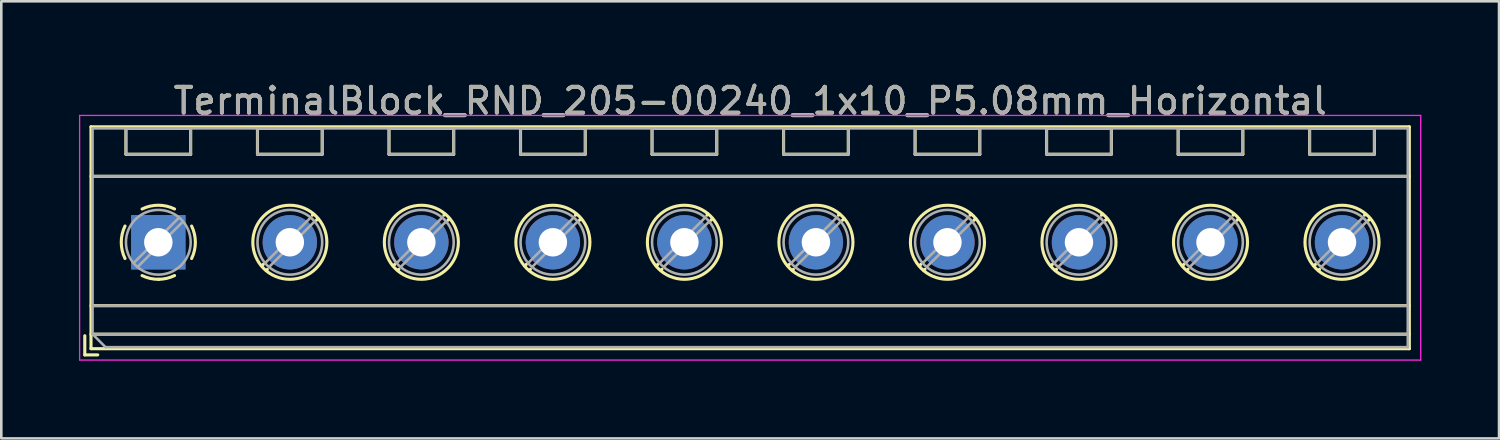
<source format=kicad_pcb>
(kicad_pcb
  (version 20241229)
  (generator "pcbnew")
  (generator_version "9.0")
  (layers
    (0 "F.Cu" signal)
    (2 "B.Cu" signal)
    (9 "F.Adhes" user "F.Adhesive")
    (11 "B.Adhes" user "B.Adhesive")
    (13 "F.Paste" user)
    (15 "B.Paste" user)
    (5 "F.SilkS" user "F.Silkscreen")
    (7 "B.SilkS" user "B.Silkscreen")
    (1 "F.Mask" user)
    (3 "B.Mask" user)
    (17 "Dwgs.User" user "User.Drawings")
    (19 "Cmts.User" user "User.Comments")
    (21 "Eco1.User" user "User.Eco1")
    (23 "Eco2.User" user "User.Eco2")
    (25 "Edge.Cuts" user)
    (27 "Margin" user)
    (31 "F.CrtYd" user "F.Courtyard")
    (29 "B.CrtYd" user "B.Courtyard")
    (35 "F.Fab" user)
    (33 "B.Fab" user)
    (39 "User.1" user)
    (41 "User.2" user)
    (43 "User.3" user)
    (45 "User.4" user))
  (footprint "TerminalBlock_RND_205-00240_1x10_P5.08mm_Horizontal"
    (layer "F.Cu")
    (at 3.065 6.308)
    (property "Reference" "TerminalBlock_RND_205-00240_1x10_P5.08mm_Horizontal" (at 22.86 -5.46 0) (layer "F.SilkS") (effects (font (size 1 1) (thickness 0.15))))
    (attr through_hole)
    (fp_line (start -2.84 3.61) (end -2.84 4.35) (stroke (width 0.12) (type solid)) (layer "F.SilkS"))
    (fp_line (start -2.84 4.35) (end -2.34 4.35) (stroke (width 0.12) (type solid)) (layer "F.SilkS"))
    (fp_line (start -2.6 -4.46) (end -2.6 4.11) (stroke (width 0.12) (type solid)) (layer "F.SilkS"))
    (fp_line (start -2.6 -4.46) (end 48.32 -4.46) (stroke (width 0.12) (type solid)) (layer "F.SilkS"))
    (fp_line (start -2.6 -2.55) (end 48.32 -2.55) (stroke (width 0.12) (type solid)) (layer "F.SilkS"))
    (fp_line (start -2.6 2.45) (end 48.32 2.45) (stroke (width 0.12) (type solid)) (layer "F.SilkS"))
    (fp_line (start -2.6 3.55) (end 48.32 3.55) (stroke (width 0.12) (type solid)) (layer "F.SilkS"))
    (fp_line (start -2.6 4.11) (end 48.32 4.11) (stroke (width 0.12) (type solid)) (layer "F.SilkS"))
    (fp_line (start -1.25 -4.4) (end -1.25 -3.4) (stroke (width 0.12) (type solid)) (layer "F.SilkS"))
    (fp_line (start -1.25 -4.4) (end 1.25 -4.4) (stroke (width 0.12) (type solid)) (layer "F.SilkS"))
    (fp_line (start -1.25 -3.4) (end 1.25 -3.4) (stroke (width 0.12) (type solid)) (layer "F.SilkS"))
    (fp_line (start 1.25 -4.4) (end 1.25 -3.4) (stroke (width 0.12) (type solid)) (layer "F.SilkS"))
    (fp_line (start 3.83 -4.4) (end 3.83 -3.4) (stroke (width 0.12) (type solid)) (layer "F.SilkS"))
    (fp_line (start 3.83 -4.4) (end 6.33 -4.4) (stroke (width 0.12) (type solid)) (layer "F.SilkS"))
    (fp_line (start 3.83 -3.4) (end 6.33 -3.4) (stroke (width 0.12) (type solid)) (layer "F.SilkS"))
    (fp_line (start 4.056 0.85) (end 3.996 0.91) (stroke (width 0.12) (type solid)) (layer "F.SilkS"))
    (fp_line (start 4.21 1.045) (end 4.17 1.085) (stroke (width 0.12) (type solid)) (layer "F.SilkS"))
    (fp_line (start 5.991 -1.085) (end 5.951 -1.045) (stroke (width 0.12) (type solid)) (layer "F.SilkS"))
    (fp_line (start 6.165 -0.91) (end 6.105 -0.851) (stroke (width 0.12) (type solid)) (layer "F.SilkS"))
    (fp_line (start 6.33 -4.4) (end 6.33 -3.4) (stroke (width 0.12) (type solid)) (layer "F.SilkS"))
    (fp_line (start 8.91 -4.4) (end 8.91 -3.4) (stroke (width 0.12) (type solid)) (layer "F.SilkS"))
    (fp_line (start 8.91 -4.4) (end 11.41 -4.4) (stroke (width 0.12) (type solid)) (layer "F.SilkS"))
    (fp_line (start 8.91 -3.4) (end 11.41 -3.4) (stroke (width 0.12) (type solid)) (layer "F.SilkS"))
    (fp_line (start 9.136 0.85) (end 9.076 0.91) (stroke (width 0.12) (type solid)) (layer "F.SilkS"))
    (fp_line (start 9.29 1.045) (end 9.25 1.085) (stroke (width 0.12) (type solid)) (layer "F.SilkS"))
    (fp_line (start 11.071 -1.085) (end 11.031 -1.045) (stroke (width 0.12) (type solid)) (layer "F.SilkS"))
    (fp_line (start 11.245 -0.91) (end 11.185 -0.851) (stroke (width 0.12) (type solid)) (layer "F.SilkS"))
    (fp_line (start 11.41 -4.4) (end 11.41 -3.4) (stroke (width 0.12) (type solid)) (layer "F.SilkS"))
    (fp_line (start 13.99 -4.4) (end 13.99 -3.4) (stroke (width 0.12) (type solid)) (layer "F.SilkS"))
    (fp_line (start 13.99 -4.4) (end 16.49 -4.4) (stroke (width 0.12) (type solid)) (layer "F.SilkS"))
    (fp_line (start 13.99 -3.4) (end 16.49 -3.4) (stroke (width 0.12) (type solid)) (layer "F.SilkS"))
    (fp_line (start 14.216 0.85) (end 14.156 0.91) (stroke (width 0.12) (type solid)) (layer "F.SilkS"))
    (fp_line (start 14.37 1.045) (end 14.33 1.085) (stroke (width 0.12) (type solid)) (layer "F.SilkS"))
    (fp_line (start 16.151 -1.085) (end 16.111 -1.045) (stroke (width 0.12) (type solid)) (layer "F.SilkS"))
    (fp_line (start 16.325 -0.91) (end 16.265 -0.851) (stroke (width 0.12) (type solid)) (layer "F.SilkS"))
    (fp_line (start 16.49 -4.4) (end 16.49 -3.4) (stroke (width 0.12) (type solid)) (layer "F.SilkS"))
    (fp_line (start 19.07 -4.4) (end 19.07 -3.4) (stroke (width 0.12) (type solid)) (layer "F.SilkS"))
    (fp_line (start 19.07 -4.4) (end 21.57 -4.4) (stroke (width 0.12) (type solid)) (layer "F.SilkS"))
    (fp_line (start 19.07 -3.4) (end 21.57 -3.4) (stroke (width 0.12) (type solid)) (layer "F.SilkS"))
    (fp_line (start 19.296 0.85) (end 19.236 0.91) (stroke (width 0.12) (type solid)) (layer "F.SilkS"))
    (fp_line (start 19.45 1.045) (end 19.41 1.085) (stroke (width 0.12) (type solid)) (layer "F.SilkS"))
    (fp_line (start 21.231 -1.085) (end 21.191 -1.045) (stroke (width 0.12) (type solid)) (layer "F.SilkS"))
    (fp_line (start 21.405 -0.91) (end 21.345 -0.851) (stroke (width 0.12) (type solid)) (layer "F.SilkS"))
    (fp_line (start 21.57 -4.4) (end 21.57 -3.4) (stroke (width 0.12) (type solid)) (layer "F.SilkS"))
    (fp_line (start 24.15 -4.4) (end 24.15 -3.4) (stroke (width 0.12) (type solid)) (layer "F.SilkS"))
    (fp_line (start 24.15 -4.4) (end 26.65 -4.4) (stroke (width 0.12) (type solid)) (layer "F.SilkS"))
    (fp_line (start 24.15 -3.4) (end 26.65 -3.4) (stroke (width 0.12) (type solid)) (layer "F.SilkS"))
    (fp_line (start 24.376 0.85) (end 24.316 0.91) (stroke (width 0.12) (type solid)) (layer "F.SilkS"))
    (fp_line (start 24.53 1.045) (end 24.49 1.085) (stroke (width 0.12) (type solid)) (layer "F.SilkS"))
    (fp_line (start 26.311 -1.085) (end 26.271 -1.045) (stroke (width 0.12) (type solid)) (layer "F.SilkS"))
    (fp_line (start 26.485 -0.91) (end 26.425 -0.851) (stroke (width 0.12) (type solid)) (layer "F.SilkS"))
    (fp_line (start 26.65 -4.4) (end 26.65 -3.4) (stroke (width 0.12) (type solid)) (layer "F.SilkS"))
    (fp_line (start 29.23 -4.4) (end 29.23 -3.4) (stroke (width 0.12) (type solid)) (layer "F.SilkS"))
    (fp_line (start 29.23 -4.4) (end 31.73 -4.4) (stroke (width 0.12) (type solid)) (layer "F.SilkS"))
    (fp_line (start 29.23 -3.4) (end 31.73 -3.4) (stroke (width 0.12) (type solid)) (layer "F.SilkS"))
    (fp_line (start 29.456 0.85) (end 29.396 0.91) (stroke (width 0.12) (type solid)) (layer "F.SilkS"))
    (fp_line (start 29.61 1.045) (end 29.57 1.085) (stroke (width 0.12) (type solid)) (layer "F.SilkS"))
    (fp_line (start 31.391 -1.085) (end 31.351 -1.045) (stroke (width 0.12) (type solid)) (layer "F.SilkS"))
    (fp_line (start 31.565 -0.91) (end 31.505 -0.851) (stroke (width 0.12) (type solid)) (layer "F.SilkS"))
    (fp_line (start 31.73 -4.4) (end 31.73 -3.4) (stroke (width 0.12) (type solid)) (layer "F.SilkS"))
    (fp_line (start 34.31 -4.4) (end 34.31 -3.4) (stroke (width 0.12) (type solid)) (layer "F.SilkS"))
    (fp_line (start 34.31 -4.4) (end 36.81 -4.4) (stroke (width 0.12) (type solid)) (layer "F.SilkS"))
    (fp_line (start 34.31 -3.4) (end 36.81 -3.4) (stroke (width 0.12) (type solid)) (layer "F.SilkS"))
    (fp_line (start 34.536 0.85) (end 34.476 0.91) (stroke (width 0.12) (type solid)) (layer "F.SilkS"))
    (fp_line (start 34.69 1.045) (end 34.65 1.085) (stroke (width 0.12) (type solid)) (layer "F.SilkS"))
    (fp_line (start 36.471 -1.085) (end 36.431 -1.045) (stroke (width 0.12) (type solid)) (layer "F.SilkS"))
    (fp_line (start 36.645 -0.91) (end 36.585 -0.851) (stroke (width 0.12) (type solid)) (layer "F.SilkS"))
    (fp_line (start 36.81 -4.4) (end 36.81 -3.4) (stroke (width 0.12) (type solid)) (layer "F.SilkS"))
    (fp_line (start 39.39 -4.4) (end 39.39 -3.4) (stroke (width 0.12) (type solid)) (layer "F.SilkS"))
    (fp_line (start 39.39 -4.4) (end 41.89 -4.4) (stroke (width 0.12) (type solid)) (layer "F.SilkS"))
    (fp_line (start 39.39 -3.4) (end 41.89 -3.4) (stroke (width 0.12) (type solid)) (layer "F.SilkS"))
    (fp_line (start 39.616 0.85) (end 39.556 0.91) (stroke (width 0.12) (type solid)) (layer "F.SilkS"))
    (fp_line (start 39.77 1.045) (end 39.73 1.085) (stroke (width 0.12) (type solid)) (layer "F.SilkS"))
    (fp_line (start 41.551 -1.085) (end 41.511 -1.045) (stroke (width 0.12) (type solid)) (layer "F.SilkS"))
    (fp_line (start 41.725 -0.91) (end 41.665 -0.851) (stroke (width 0.12) (type solid)) (layer "F.SilkS"))
    (fp_line (start 41.89 -4.4) (end 41.89 -3.4) (stroke (width 0.12) (type solid)) (layer "F.SilkS"))
    (fp_line (start 44.47 -4.4) (end 44.47 -3.4) (stroke (width 0.12) (type solid)) (layer "F.SilkS"))
    (fp_line (start 44.47 -4.4) (end 46.97 -4.4) (stroke (width 0.12) (type solid)) (layer "F.SilkS"))
    (fp_line (start 44.47 -3.4) (end 46.97 -3.4) (stroke (width 0.12) (type solid)) (layer "F.SilkS"))
    (fp_line (start 44.696 0.85) (end 44.636 0.91) (stroke (width 0.12) (type solid)) (layer "F.SilkS"))
    (fp_line (start 44.85 1.045) (end 44.81 1.085) (stroke (width 0.12) (type solid)) (layer "F.SilkS"))
    (fp_line (start 46.631 -1.085) (end 46.591 -1.045) (stroke (width 0.12) (type solid)) (layer "F.SilkS"))
    (fp_line (start 46.805 -0.91) (end 46.745 -0.851) (stroke (width 0.12) (type solid)) (layer "F.SilkS"))
    (fp_line (start 46.97 -4.4) (end 46.97 -3.4) (stroke (width 0.12) (type solid)) (layer "F.SilkS"))
    (fp_line (start 48.32 -4.46) (end 48.32 4.11) (stroke (width 0.12) (type solid)) (layer "F.SilkS"))
    (fp_arc (start -1.286611 0.626746) (mid -1.431146 -0.000697) (end -1.286 -0.628) (stroke (width 0.12) (type solid)) (layer "F.SilkS"))
    (fp_arc (start -0.627362 -1.285823) (mid -0.000201 -1.430707) (end 0.627 -1.286) (stroke (width 0.12) (type solid)) (layer "F.SilkS"))
    (fp_arc (start 0.02428 1.43094) (mid -0.310437 1.397071) (end -0.628 1.286) (stroke (width 0.12) (type solid)) (layer "F.SilkS"))
    (fp_arc (start 0.626871 1.285275) (mid 0.32168 1.393349) (end 0 1.43) (stroke (width 0.12) (type solid)) (layer "F.SilkS"))
    (fp_arc (start 1.285823 -0.627362) (mid 1.430707 -0.000201) (end 1.286 0.627) (stroke (width 0.12) (type solid)) (layer "F.SilkS"))
    (fp_circle (center 5.08 0) (end 6.51 0) (stroke (width 0.12) (type solid)) (fill no) (layer "F.SilkS"))
    (fp_circle (center 10.16 0) (end 11.59 0) (stroke (width 0.12) (type solid)) (fill no) (layer "F.SilkS"))
    (fp_circle (center 15.24 0) (end 16.67 0) (stroke (width 0.12) (type solid)) (fill no) (layer "F.SilkS"))
    (fp_circle (center 20.32 0) (end 21.75 0) (stroke (width 0.12) (type solid)) (fill no) (layer "F.SilkS"))
    (fp_circle (center 25.4 0) (end 26.83 0) (stroke (width 0.12) (type solid)) (fill no) (layer "F.SilkS"))
    (fp_circle (center 30.48 0) (end 31.91 0) (stroke (width 0.12) (type solid)) (fill no) (layer "F.SilkS"))
    (fp_circle (center 35.56 0) (end 36.99 0) (stroke (width 0.12) (type solid)) (fill no) (layer "F.SilkS"))
    (fp_circle (center 40.64 0) (end 42.07 0) (stroke (width 0.12) (type solid)) (fill no) (layer "F.SilkS"))
    (fp_circle (center 45.72 0) (end 47.15 0) (stroke (width 0.12) (type solid)) (fill no) (layer "F.SilkS"))
    (fp_line (start -3.04 -4.9) (end -3.04 4.55) (stroke (width 0.05) (type solid)) (layer "F.CrtYd"))
    (fp_line (start -3.04 4.55) (end 48.76 4.55) (stroke (width 0.05) (type solid)) (layer "F.CrtYd"))
    (fp_line (start 48.76 -4.9) (end -3.04 -4.9) (stroke (width 0.05) (type solid)) (layer "F.CrtYd"))
    (fp_line (start 48.76 4.55) (end 48.76 -4.9) (stroke (width 0.05) (type solid)) (layer "F.CrtYd"))
    (fp_line (start -2.54 -4.4) (end 48.26 -4.4) (stroke (width 0.1) (type solid)) (layer "F.Fab"))
    (fp_line (start -2.54 -2.55) (end 48.26 -2.55) (stroke (width 0.1) (type solid)) (layer "F.Fab"))
    (fp_line (start -2.54 2.45) (end 48.26 2.45) (stroke (width 0.1) (type solid)) (layer "F.Fab"))
    (fp_line (start -2.54 3.55) (end -2.54 -4.4) (stroke (width 0.1) (type solid)) (layer "F.Fab"))
    (fp_line (start -2.54 3.55) (end 48.26 3.55) (stroke (width 0.1) (type solid)) (layer "F.Fab"))
    (fp_line (start -2.04 4.05) (end -2.54 3.55) (stroke (width 0.1) (type solid)) (layer "F.Fab"))
    (fp_line (start -1.25 -4.4) (end -1.25 -3.4) (stroke (width 0.1) (type solid)) (layer "F.Fab"))
    (fp_line (start -1.25 -3.4) (end 1.25 -3.4) (stroke (width 0.1) (type solid)) (layer "F.Fab"))
    (fp_line (start 0.796 -0.948) (end -0.949 0.796) (stroke (width 0.1) (type solid)) (layer "F.Fab"))
    (fp_line (start 0.949 -0.796) (end -0.796 0.948) (stroke (width 0.1) (type solid)) (layer "F.Fab"))
    (fp_line (start 1.25 -4.4) (end -1.25 -4.4) (stroke (width 0.1) (type solid)) (layer "F.Fab"))
    (fp_line (start 1.25 -3.4) (end 1.25 -4.4) (stroke (width 0.1) (type solid)) (layer "F.Fab"))
    (fp_line (start 3.83 -4.4) (end 3.83 -3.4) (stroke (width 0.1) (type solid)) (layer "F.Fab"))
    (fp_line (start 3.83 -3.4) (end 6.33 -3.4) (stroke (width 0.1) (type solid)) (layer "F.Fab"))
    (fp_line (start 5.876 -0.948) (end 4.132 0.796) (stroke (width 0.1) (type solid)) (layer "F.Fab"))
    (fp_line (start 6.029 -0.796) (end 4.285 0.948) (stroke (width 0.1) (type solid)) (layer "F.Fab"))
    (fp_line (start 6.33 -4.4) (end 3.83 -4.4) (stroke (width 0.1) (type solid)) (layer "F.Fab"))
    (fp_line (start 6.33 -3.4) (end 6.33 -4.4) (stroke (width 0.1) (type solid)) (layer "F.Fab"))
    (fp_line (start 8.91 -4.4) (end 8.91 -3.4) (stroke (width 0.1) (type solid)) (layer "F.Fab"))
    (fp_line (start 8.91 -3.4) (end 11.41 -3.4) (stroke (width 0.1) (type solid)) (layer "F.Fab"))
    (fp_line (start 10.956 -0.948) (end 9.212 0.796) (stroke (width 0.1) (type solid)) (layer "F.Fab"))
    (fp_line (start 11.109 -0.796) (end 9.365 0.948) (stroke (width 0.1) (type solid)) (layer "F.Fab"))
    (fp_line (start 11.41 -4.4) (end 8.91 -4.4) (stroke (width 0.1) (type solid)) (layer "F.Fab"))
    (fp_line (start 11.41 -3.4) (end 11.41 -4.4) (stroke (width 0.1) (type solid)) (layer "F.Fab"))
    (fp_line (start 13.99 -4.4) (end 13.99 -3.4) (stroke (width 0.1) (type solid)) (layer "F.Fab"))
    (fp_line (start 13.99 -3.4) (end 16.49 -3.4) (stroke (width 0.1) (type solid)) (layer "F.Fab"))
    (fp_line (start 16.036 -0.948) (end 14.292 0.796) (stroke (width 0.1) (type solid)) (layer "F.Fab"))
    (fp_line (start 16.189 -0.796) (end 14.445 0.948) (stroke (width 0.1) (type solid)) (layer "F.Fab"))
    (fp_line (start 16.49 -4.4) (end 13.99 -4.4) (stroke (width 0.1) (type solid)) (layer "F.Fab"))
    (fp_line (start 16.49 -3.4) (end 16.49 -4.4) (stroke (width 0.1) (type solid)) (layer "F.Fab"))
    (fp_line (start 19.07 -4.4) (end 19.07 -3.4) (stroke (width 0.1) (type solid)) (layer "F.Fab"))
    (fp_line (start 19.07 -3.4) (end 21.57 -3.4) (stroke (width 0.1) (type solid)) (layer "F.Fab"))
    (fp_line (start 21.116 -0.948) (end 19.372 0.796) (stroke (width 0.1) (type solid)) (layer "F.Fab"))
    (fp_line (start 21.269 -0.796) (end 19.525 0.948) (stroke (width 0.1) (type solid)) (layer "F.Fab"))
    (fp_line (start 21.57 -4.4) (end 19.07 -4.4) (stroke (width 0.1) (type solid)) (layer "F.Fab"))
    (fp_line (start 21.57 -3.4) (end 21.57 -4.4) (stroke (width 0.1) (type solid)) (layer "F.Fab"))
    (fp_line (start 24.15 -4.4) (end 24.15 -3.4) (stroke (width 0.1) (type solid)) (layer "F.Fab"))
    (fp_line (start 24.15 -3.4) (end 26.65 -3.4) (stroke (width 0.1) (type solid)) (layer "F.Fab"))
    (fp_line (start 26.196 -0.948) (end 24.452 0.796) (stroke (width 0.1) (type solid)) (layer "F.Fab"))
    (fp_line (start 26.349 -0.796) (end 24.605 0.948) (stroke (width 0.1) (type solid)) (layer "F.Fab"))
    (fp_line (start 26.65 -4.4) (end 24.15 -4.4) (stroke (width 0.1) (type solid)) (layer "F.Fab"))
    (fp_line (start 26.65 -3.4) (end 26.65 -4.4) (stroke (width 0.1) (type solid)) (layer "F.Fab"))
    (fp_line (start 29.23 -4.4) (end 29.23 -3.4) (stroke (width 0.1) (type solid)) (layer "F.Fab"))
    (fp_line (start 29.23 -3.4) (end 31.73 -3.4) (stroke (width 0.1) (type solid)) (layer "F.Fab"))
    (fp_line (start 31.276 -0.948) (end 29.532 0.796) (stroke (width 0.1) (type solid)) (layer "F.Fab"))
    (fp_line (start 31.429 -0.796) (end 29.685 0.948) (stroke (width 0.1) (type solid)) (layer "F.Fab"))
    (fp_line (start 31.73 -4.4) (end 29.23 -4.4) (stroke (width 0.1) (type solid)) (layer "F.Fab"))
    (fp_line (start 31.73 -3.4) (end 31.73 -4.4) (stroke (width 0.1) (type solid)) (layer "F.Fab"))
    (fp_line (start 34.31 -4.4) (end 34.31 -3.4) (stroke (width 0.1) (type solid)) (layer "F.Fab"))
    (fp_line (start 34.31 -3.4) (end 36.81 -3.4) (stroke (width 0.1) (type solid)) (layer "F.Fab"))
    (fp_line (start 36.356 -0.948) (end 34.612 0.796) (stroke (width 0.1) (type solid)) (layer "F.Fab"))
    (fp_line (start 36.509 -0.796) (end 34.765 0.948) (stroke (width 0.1) (type solid)) (layer "F.Fab"))
    (fp_line (start 36.81 -4.4) (end 34.31 -4.4) (stroke (width 0.1) (type solid)) (layer "F.Fab"))
    (fp_line (start 36.81 -3.4) (end 36.81 -4.4) (stroke (width 0.1) (type solid)) (layer "F.Fab"))
    (fp_line (start 39.39 -4.4) (end 39.39 -3.4) (stroke (width 0.1) (type solid)) (layer "F.Fab"))
    (fp_line (start 39.39 -3.4) (end 41.89 -3.4) (stroke (width 0.1) (type solid)) (layer "F.Fab"))
    (fp_line (start 41.436 -0.948) (end 39.692 0.796) (stroke (width 0.1) (type solid)) (layer "F.Fab"))
    (fp_line (start 41.589 -0.796) (end 39.845 0.948) (stroke (width 0.1) (type solid)) (layer "F.Fab"))
    (fp_line (start 41.89 -4.4) (end 39.39 -4.4) (stroke (width 0.1) (type solid)) (layer "F.Fab"))
    (fp_line (start 41.89 -3.4) (end 41.89 -4.4) (stroke (width 0.1) (type solid)) (layer "F.Fab"))
    (fp_line (start 44.47 -4.4) (end 44.47 -3.4) (stroke (width 0.1) (type solid)) (layer "F.Fab"))
    (fp_line (start 44.47 -3.4) (end 46.97 -3.4) (stroke (width 0.1) (type solid)) (layer "F.Fab"))
    (fp_line (start 46.516 -0.948) (end 44.772 0.796) (stroke (width 0.1) (type solid)) (layer "F.Fab"))
    (fp_line (start 46.669 -0.796) (end 44.925 0.948) (stroke (width 0.1) (type solid)) (layer "F.Fab"))
    (fp_line (start 46.97 -4.4) (end 44.47 -4.4) (stroke (width 0.1) (type solid)) (layer "F.Fab"))
    (fp_line (start 46.97 -3.4) (end 46.97 -4.4) (stroke (width 0.1) (type solid)) (layer "F.Fab"))
    (fp_line (start 48.26 -4.4) (end 48.26 4.05) (stroke (width 0.1) (type solid)) (layer "F.Fab"))
    (fp_line (start 48.26 4.05) (end -2.04 4.05) (stroke (width 0.1) (type solid)) (layer "F.Fab"))
    (fp_circle (center 0 0) (end 1.25 0) (stroke (width 0.1) (type solid)) (fill no) (layer "F.Fab"))
    (fp_circle (center 5.08 0) (end 6.33 0) (stroke (width 0.1) (type solid)) (fill no) (layer "F.Fab"))
    (fp_circle (center 10.16 0) (end 11.41 0) (stroke (width 0.1) (type solid)) (fill no) (layer "F.Fab"))
    (fp_circle (center 15.24 0) (end 16.49 0) (stroke (width 0.1) (type solid)) (fill no) (layer "F.Fab"))
    (fp_circle (center 20.32 0) (end 21.57 0) (stroke (width 0.1) (type solid)) (fill no) (layer "F.Fab"))
    (fp_circle (center 25.4 0) (end 26.65 0) (stroke (width 0.1) (type solid)) (fill no) (layer "F.Fab"))
    (fp_circle (center 30.48 0) (end 31.73 0) (stroke (width 0.1) (type solid)) (fill no) (layer "F.Fab"))
    (fp_circle (center 35.56 0) (end 36.81 0) (stroke (width 0.1) (type solid)) (fill no) (layer "F.Fab"))
    (fp_circle (center 40.64 0) (end 41.89 0) (stroke (width 0.1) (type solid)) (fill no) (layer "F.Fab"))
    (fp_circle (center 45.72 0) (end 46.97 0) (stroke (width 0.1) (type solid)) (fill no) (layer "F.Fab"))
    (fp_text user "${REFERENCE}" (at 22.86 -5.46 0) (layer "F.Fab") (effects (font (size 1 1) (thickness 0.15))))
    (pad "1" thru_hole rect (at 0 0) (size 2.1 2.1) (drill 1.1) (layers "*.Cu" "*.Mask"))
    (pad "2" thru_hole circle (at 5.08 0) (size 2.1 2.1) (drill 1.1) (layers "*.Cu" "*.Mask"))
    (pad "3" thru_hole circle (at 10.16 0) (size 2.1 2.1) (drill 1.1) (layers "*.Cu" "*.Mask"))
    (pad "4" thru_hole circle (at 15.24 0) (size 2.1 2.1) (drill 1.1) (layers "*.Cu" "*.Mask"))
    (pad "5" thru_hole circle (at 20.32 0) (size 2.1 2.1) (drill 1.1) (layers "*.Cu" "*.Mask"))
    (pad "6" thru_hole circle (at 25.4 0) (size 2.1 2.1) (drill 1.1) (layers "*.Cu" "*.Mask"))
    (pad "7" thru_hole circle (at 30.48 0) (size 2.1 2.1) (drill 1.1) (layers "*.Cu" "*.Mask"))
    (pad "8" thru_hole circle (at 35.56 0) (size 2.1 2.1) (drill 1.1) (layers "*.Cu" "*.Mask"))
    (pad "9" thru_hole circle (at 40.64 0) (size 2.1 2.1) (drill 1.1) (layers "*.Cu" "*.Mask"))
    (pad "10" thru_hole circle (at 45.72 0) (size 2.1 2.1) (drill 1.1) (layers "*.Cu" "*.Mask")))
  (gr_rect
    (start -3 -3)
    (end 54.85 13.883)
    (stroke (width 0.1) (type default))
    (fill no)
    (layer "Edge.Cuts")))
</source>
